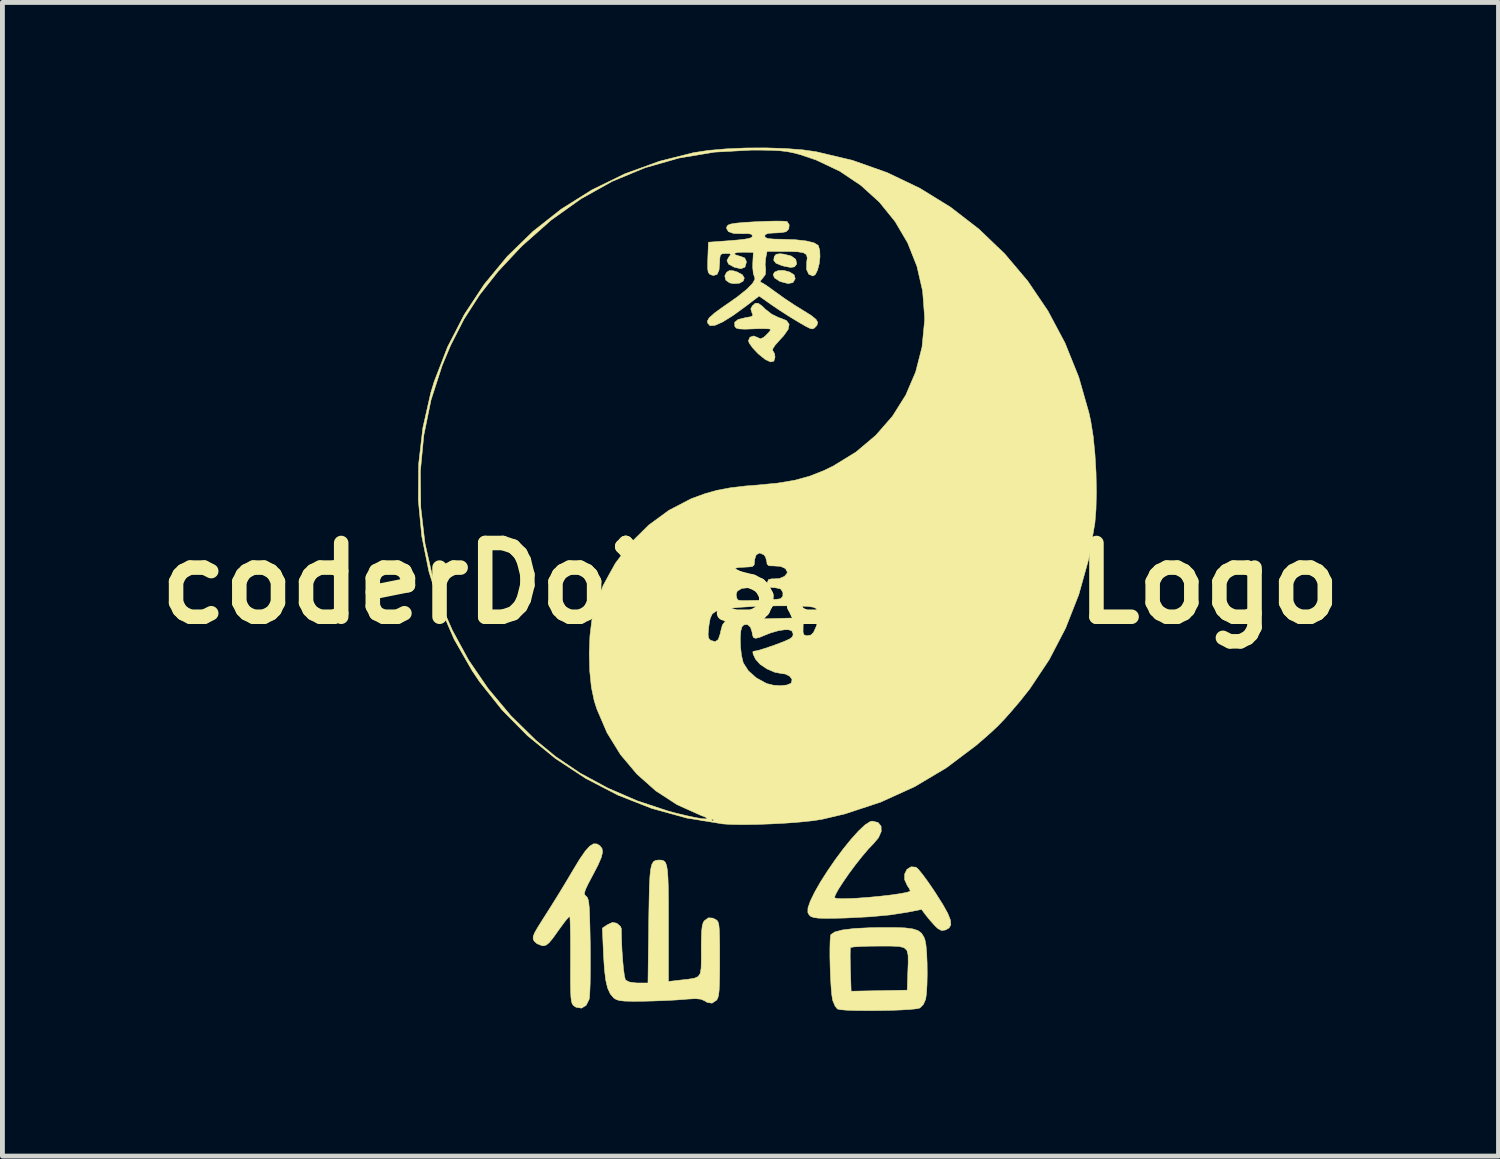
<source format=kicad_pcb>
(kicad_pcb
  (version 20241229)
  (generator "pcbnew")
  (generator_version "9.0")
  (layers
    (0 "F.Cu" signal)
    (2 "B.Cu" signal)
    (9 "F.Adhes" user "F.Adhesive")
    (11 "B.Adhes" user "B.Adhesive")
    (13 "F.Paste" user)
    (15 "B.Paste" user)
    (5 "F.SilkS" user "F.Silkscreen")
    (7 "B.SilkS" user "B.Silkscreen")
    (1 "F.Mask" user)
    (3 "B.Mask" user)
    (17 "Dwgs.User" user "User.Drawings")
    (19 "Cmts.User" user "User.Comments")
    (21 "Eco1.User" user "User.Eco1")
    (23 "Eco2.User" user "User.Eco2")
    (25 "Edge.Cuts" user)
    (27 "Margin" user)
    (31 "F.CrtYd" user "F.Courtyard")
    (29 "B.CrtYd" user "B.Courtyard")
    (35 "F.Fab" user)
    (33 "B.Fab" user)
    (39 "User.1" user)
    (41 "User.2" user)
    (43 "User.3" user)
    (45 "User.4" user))
  (footprint "coderDojoSendaiLogo"
    (layer "F.Cu")
    (at 12.453 9.002)
    (property "Reference" "coderDojoSendaiLogo" (at 0 0 0) (layer "F.SilkS") (effects (font (size 1.524 1.524) (thickness 0.3))))
    (attr through_hole)
    (fp_poly (pts (xy -0.358 -6.459) (xy -0.277 -6.435) (xy -0.166 -6.376) (xy -0.127 -6.308) (xy -0.149 -6.246) (xy -0.225 -6.202) (xy -0.343 -6.192) (xy -0.43 -6.208) (xy -0.509 -6.265) (xy -0.53 -6.352) (xy -0.493 -6.426) (xy -0.436 -6.462) (xy -0.358 -6.459)) (stroke (width 0.01) (type solid)) (fill yes) (layer "F.SilkS"))
    (fp_poly (pts (xy 0.811 -6.432) (xy 0.902 -6.374) (xy 0.924 -6.298) (xy 0.923 -6.291) (xy 0.878 -6.214) (xy 0.777 -6.194) (xy 0.627 -6.233) (xy 0.6 -6.244) (xy 0.499 -6.31) (xy 0.469 -6.376) (xy 0.499 -6.431) (xy 0.578 -6.464) (xy 0.692 -6.465) (xy 0.811 -6.432)) (stroke (width 0.01) (type solid)) (fill yes) (layer "F.SilkS"))
    (fp_poly (pts (xy 0.689 -6.802) (xy 0.845 -6.762) (xy 0.936 -6.695) (xy 0.955 -6.608) (xy 0.95 -6.59) (xy 0.909 -6.539) (xy 0.831 -6.527) (xy 0.698 -6.552) (xy 0.648 -6.566) (xy 0.528 -6.614) (xy 0.481 -6.673) (xy 0.493 -6.753) (xy 0.531 -6.799) (xy 0.61 -6.81) (xy 0.689 -6.802)) (stroke (width 0.01) (type solid)) (fill yes) (layer "F.SilkS"))
    (fp_poly (pts (xy 0.243 -5.728) (xy 0.31 -5.662) (xy 0.439 -5.562) (xy 0.585 -5.491) (xy 0.614 -5.482) (xy 0.745 -5.43) (xy 0.8 -5.354) (xy 0.781 -5.251) (xy 0.686 -5.116) (xy 0.613 -5.037) (xy 0.509 -4.92) (xy 0.458 -4.84) (xy 0.462 -4.807) (xy 0.498 -4.747) (xy 0.508 -4.675) (xy 0.484 -4.592) (xy 0.415 -4.575) (xy 0.307 -4.625) (xy 0.166 -4.739) (xy 0.149 -4.755) (xy 0.048 -4.863) (xy -0.021 -4.958) (xy -0.042 -5.011) (xy -0.01 -5.086) (xy 0.066 -5.112) (xy 0.15 -5.079) (xy 0.206 -5.052) (xy 0.269 -5.08) (xy 0.319 -5.123) (xy 0.39 -5.197) (xy 0.423 -5.246) (xy 0.423 -5.248) (xy 0.384 -5.258) (xy 0.28 -5.263) (xy 0.13 -5.261) (xy 0.064 -5.258) (xy -0.116 -5.252) (xy -0.228 -5.257) (xy -0.29 -5.273) (xy -0.32 -5.304) (xy -0.323 -5.312) (xy -0.325 -5.395) (xy -0.254 -5.452) (xy -0.106 -5.489) (xy -0.093 -5.491) (xy 0.014 -5.51) (xy 0.051 -5.535) (xy 0.037 -5.581) (xy 0.031 -5.59) (xy 0.007 -5.672) (xy 0.039 -5.733) (xy 0.099 -5.787) (xy 0.161 -5.787) (xy 0.243 -5.728)) (stroke (width 0.01) (type solid)) (fill yes) (layer "F.SilkS"))
    (fp_poly (pts (xy 2.981 7.109) (xy 3.197 7.117) (xy 3.354 7.138) (xy 3.461 7.172) (xy 3.533 7.226) (xy 3.581 7.301) (xy 3.605 7.362) (xy 3.626 7.47) (xy 3.641 7.639) (xy 3.65 7.847) (xy 3.652 8.069) (xy 3.648 8.284) (xy 3.637 8.467) (xy 3.62 8.59) (xy 3.572 8.7) (xy 3.5 8.772) (xy 3.429 8.788) (xy 3.291 8.802) (xy 3.102 8.813) (xy 2.881 8.821) (xy 2.642 8.825) (xy 2.404 8.826) (xy 2.184 8.824) (xy 1.998 8.818) (xy 1.863 8.807) (xy 1.798 8.793) (xy 1.749 8.733) (xy 1.704 8.627) (xy 1.697 8.603) (xy 1.681 8.502) (xy 1.667 8.346) (xy 1.655 8.152) (xy 1.647 7.94) (xy 1.642 7.728) (xy 1.642 7.696) (xy 2.06 7.696) (xy 2.063 7.861) (xy 2.066 7.991) (xy 2.08 8.425) (xy 3.239 8.403) (xy 3.251 8.043) (xy 3.259 7.83) (xy 3.257 7.68) (xy 3.233 7.582) (xy 3.174 7.526) (xy 3.069 7.5) (xy 2.904 7.493) (xy 2.669 7.493) (xy 2.648 7.493) (xy 2.438 7.495) (xy 2.261 7.501) (xy 2.133 7.51) (xy 2.07 7.522) (xy 2.066 7.525) (xy 2.062 7.578) (xy 2.06 7.696) (xy 1.642 7.696) (xy 1.642 7.535) (xy 1.646 7.379) (xy 1.655 7.279) (xy 1.662 7.255) (xy 1.742 7.201) (xy 1.904 7.159) (xy 2.149 7.129) (xy 2.476 7.113) (xy 2.692 7.109) (xy 2.981 7.109)) (stroke (width 0.01) (type solid)) (fill yes) (layer "F.SilkS"))
    (fp_poly (pts (xy -3.169 5.383) (xy -3.111 5.419) (xy -3.066 5.476) (xy -3.055 5.553) (xy -3.081 5.662) (xy -3.148 5.817) (xy -3.258 6.029) (xy -3.351 6.204) (xy -3.406 6.32) (xy -3.429 6.392) (xy -3.424 6.434) (xy -3.396 6.461) (xy -3.395 6.462) (xy -3.372 6.485) (xy -3.354 6.527) (xy -3.34 6.598) (xy -3.329 6.71) (xy -3.322 6.873) (xy -3.316 7.097) (xy -3.31 7.392) (xy -3.309 7.479) (xy -3.307 7.766) (xy -3.308 8.032) (xy -3.311 8.263) (xy -3.318 8.444) (xy -3.327 8.562) (xy -3.332 8.592) (xy -3.394 8.717) (xy -3.489 8.775) (xy -3.601 8.757) (xy -3.633 8.738) (xy -3.662 8.714) (xy -3.684 8.68) (xy -3.699 8.626) (xy -3.709 8.539) (xy -3.715 8.408) (xy -3.718 8.223) (xy -3.718 7.97) (xy -3.717 7.787) (xy -3.717 7.522) (xy -3.718 7.286) (xy -3.721 7.093) (xy -3.726 6.955) (xy -3.731 6.885) (xy -3.733 6.879) (xy -3.763 6.903) (xy -3.83 6.982) (xy -3.92 7.104) (xy -3.974 7.179) (xy -4.084 7.333) (xy -4.163 7.427) (xy -4.224 7.474) (xy -4.281 7.487) (xy -4.305 7.485) (xy -4.41 7.443) (xy -4.47 7.387) (xy -4.489 7.344) (xy -4.487 7.292) (xy -4.457 7.216) (xy -4.392 7.103) (xy -4.288 6.937) (xy -4.251 6.879) (xy -4.119 6.671) (xy -3.964 6.422) (xy -3.807 6.163) (xy -3.672 5.936) (xy -3.528 5.698) (xy -3.413 5.531) (xy -3.319 5.427) (xy -3.241 5.38) (xy -3.169 5.383)) (stroke (width 0.01) (type solid)) (fill yes) (layer "F.SilkS"))
    (fp_poly (pts (xy 2.636 4.939) (xy 2.699 5.016) (xy 2.702 5.126) (xy 2.645 5.255) (xy 2.547 5.371) (xy 2.437 5.486) (xy 2.308 5.638) (xy 2.17 5.812) (xy 2.035 5.994) (xy 1.914 6.169) (xy 1.816 6.321) (xy 1.754 6.435) (xy 1.736 6.492) (xy 1.776 6.508) (xy 1.891 6.514) (xy 2.07 6.51) (xy 2.191 6.504) (xy 2.449 6.485) (xy 2.697 6.461) (xy 2.919 6.435) (xy 3.102 6.408) (xy 3.233 6.383) (xy 3.298 6.36) (xy 3.302 6.353) (xy 3.279 6.3) (xy 3.24 6.242) (xy 3.185 6.121) (xy 3.186 6.003) (xy 3.234 5.907) (xy 3.319 5.855) (xy 3.42 5.863) (xy 3.468 5.906) (xy 3.552 6.008) (xy 3.659 6.153) (xy 3.781 6.33) (xy 3.823 6.394) (xy 3.976 6.636) (xy 4.078 6.82) (xy 4.132 6.956) (xy 4.14 7.052) (xy 4.104 7.118) (xy 4.029 7.16) (xy 3.948 7.172) (xy 3.872 7.131) (xy 3.817 7.079) (xy 3.715 6.966) (xy 3.623 6.853) (xy 3.619 6.848) (xy 3.535 6.735) (xy 3.239 6.794) (xy 2.886 6.849) (xy 2.459 6.888) (xy 1.965 6.913) (xy 1.799 6.917) (xy 1.569 6.92) (xy 1.408 6.916) (xy 1.303 6.902) (xy 1.239 6.876) (xy 1.202 6.833) (xy 1.186 6.799) (xy 1.188 6.706) (xy 1.238 6.561) (xy 1.328 6.377) (xy 1.449 6.165) (xy 1.593 5.939) (xy 1.752 5.708) (xy 1.917 5.486) (xy 2.08 5.285) (xy 2.233 5.115) (xy 2.366 4.99) (xy 2.473 4.921) (xy 2.515 4.911) (xy 2.636 4.939)) (stroke (width 0.01) (type solid)) (fill yes) (layer "F.SilkS"))
    (fp_poly (pts (xy -1.833 5.718) (xy -1.79 5.732) (xy -1.756 5.766) (xy -1.732 5.829) (xy -1.715 5.93) (xy -1.704 6.077) (xy -1.697 6.28) (xy -1.694 6.547) (xy -1.693 6.886) (xy -1.693 7.02) (xy -1.693 8.224) (xy -1.452 8.196) (xy -1.276 8.176) (xy -1.156 8.156) (xy -1.079 8.121) (xy -1.037 8.058) (xy -1.019 7.951) (xy -1.015 7.787) (xy -1.016 7.576) (xy -1.014 7.34) (xy -1.007 7.175) (xy -0.994 7.065) (xy -0.972 6.998) (xy -0.949 6.967) (xy -0.868 6.909) (xy -0.782 6.914) (xy -0.717 6.944) (xy -0.688 6.965) (xy -0.667 6.999) (xy -0.652 7.06) (xy -0.643 7.158) (xy -0.638 7.306) (xy -0.635 7.516) (xy -0.635 7.767) (xy -0.636 8.05) (xy -0.64 8.261) (xy -0.647 8.411) (xy -0.659 8.511) (xy -0.677 8.574) (xy -0.701 8.611) (xy -0.702 8.612) (xy -0.793 8.672) (xy -0.891 8.657) (xy -0.954 8.62) (xy -1.025 8.59) (xy -1.134 8.579) (xy -1.302 8.588) (xy -1.355 8.593) (xy -1.528 8.606) (xy -1.755 8.618) (xy -2.003 8.627) (xy -2.205 8.632) (xy -2.433 8.633) (xy -2.592 8.63) (xy -2.699 8.619) (xy -2.769 8.599) (xy -2.818 8.569) (xy -2.825 8.564) (xy -2.896 8.48) (xy -2.95 8.362) (xy -2.989 8.198) (xy -3.016 7.975) (xy -3.035 7.681) (xy -3.036 7.656) (xy -3.059 7.121) (xy -2.951 7.05) (xy -2.853 7.004) (xy -2.77 7.018) (xy -2.755 7.026) (xy -2.686 7.085) (xy -2.667 7.132) (xy -2.663 7.349) (xy -2.654 7.573) (xy -2.639 7.787) (xy -2.622 7.973) (xy -2.602 8.113) (xy -2.583 8.189) (xy -2.579 8.195) (xy -2.501 8.235) (xy -2.362 8.254) (xy -2.323 8.255) (xy -2.117 8.255) (xy -2.114 8.054) (xy -2.113 7.954) (xy -2.111 7.785) (xy -2.108 7.56) (xy -2.104 7.296) (xy -2.101 7.007) (xy -2.099 6.848) (xy -2.093 6.509) (xy -2.087 6.244) (xy -2.076 6.046) (xy -2.061 5.905) (xy -2.038 5.81) (xy -2.007 5.753) (xy -1.965 5.725) (xy -1.911 5.716) (xy -1.887 5.715) (xy -1.833 5.718)) (stroke (width 0.01) (type solid)) (fill yes) (layer "F.SilkS"))
    (fp_poly (pts (xy 0.671 -7.483) (xy 0.75 -7.477) (xy 0.759 -7.474) (xy 0.801 -7.407) (xy 0.792 -7.322) (xy 0.737 -7.265) (xy 0.655 -7.249) (xy 0.529 -7.24) (xy 0.483 -7.239) (xy 0.359 -7.23) (xy 0.303 -7.201) (xy 0.296 -7.176) (xy 0.312 -7.143) (xy 0.37 -7.123) (xy 0.484 -7.113) (xy 0.646 -7.11) (xy 0.925 -7.1) (xy 1.15 -7.075) (xy 1.31 -7.037) (xy 1.396 -6.986) (xy 1.402 -6.979) (xy 1.432 -6.882) (xy 1.437 -6.749) (xy 1.421 -6.605) (xy 1.387 -6.474) (xy 1.341 -6.381) (xy 1.292 -6.35) (xy 1.206 -6.386) (xy 1.16 -6.484) (xy 1.162 -6.626) (xy 1.162 -6.631) (xy 1.174 -6.727) (xy 1.156 -6.792) (xy 1.096 -6.83) (xy 0.982 -6.85) (xy 0.801 -6.857) (xy 0.711 -6.857) (xy 0.343 -6.858) (xy 0.315 -6.714) (xy 0.304 -6.588) (xy 0.315 -6.485) (xy 0.316 -6.483) (xy 0.307 -6.378) (xy 0.256 -6.31) (xy 0.207 -6.249) (xy 0.208 -6.223) (xy 0.209 -6.223) (xy 0.26 -6.199) (xy 0.358 -6.135) (xy 0.484 -6.044) (xy 0.516 -6.021) (xy 0.693 -5.894) (xy 0.899 -5.756) (xy 1.09 -5.638) (xy 1.257 -5.534) (xy 1.355 -5.454) (xy 1.391 -5.39) (xy 1.373 -5.331) (xy 1.346 -5.3) (xy 1.311 -5.268) (xy 1.275 -5.257) (xy 1.221 -5.272) (xy 1.131 -5.318) (xy 0.986 -5.402) (xy 0.973 -5.41) (xy 0.786 -5.524) (xy 0.582 -5.656) (xy 0.439 -5.753) (xy 0.179 -5.936) (xy -0.09 -5.73) (xy -0.36 -5.534) (xy -0.574 -5.401) (xy -0.732 -5.331) (xy -0.836 -5.324) (xy -0.885 -5.38) (xy -0.889 -5.421) (xy -0.852 -5.486) (xy -0.742 -5.585) (xy -0.565 -5.713) (xy -0.54 -5.73) (xy -0.274 -5.916) (xy -0.079 -6.072) (xy 0.044 -6.196) (xy 0.094 -6.287) (xy 0.084 -6.33) (xy 0.059 -6.403) (xy 0.047 -6.528) (xy 0.048 -6.612) (xy 0.06 -6.837) (xy -0.14 -6.842) (xy -0.27 -6.837) (xy -0.331 -6.818) (xy -0.318 -6.791) (xy -0.226 -6.761) (xy -0.212 -6.759) (xy -0.118 -6.723) (xy -0.086 -6.656) (xy -0.085 -6.631) (xy -0.113 -6.534) (xy -0.196 -6.5) (xy -0.334 -6.531) (xy -0.334 -6.531) (xy -0.452 -6.596) (xy -0.485 -6.671) (xy -0.44 -6.751) (xy -0.404 -6.796) (xy -0.431 -6.813) (xy -0.505 -6.816) (xy -0.587 -6.81) (xy -0.624 -6.777) (xy -0.635 -6.692) (xy -0.636 -6.636) (xy -0.649 -6.472) (xy -0.689 -6.383) (xy -0.762 -6.361) (xy -0.801 -6.37) (xy -0.847 -6.391) (xy -0.873 -6.431) (xy -0.884 -6.509) (xy -0.883 -6.645) (xy -0.88 -6.724) (xy -0.868 -7.048) (xy -0.72 -7.059) (xy -0.444 -7.079) (xy -0.243 -7.096) (xy -0.104 -7.113) (xy -0.018 -7.13) (xy 0.027 -7.15) (xy 0.042 -7.174) (xy 0.042 -7.178) (xy 0.02 -7.214) (xy -0.059 -7.227) (xy -0.171 -7.224) (xy -0.345 -7.229) (xy -0.455 -7.267) (xy -0.494 -7.334) (xy -0.486 -7.373) (xy -0.462 -7.402) (xy -0.405 -7.424) (xy -0.303 -7.441) (xy -0.143 -7.456) (xy 0.087 -7.47) (xy 0.126 -7.472) (xy 0.343 -7.481) (xy 0.53 -7.485) (xy 0.671 -7.483)) (stroke (width 0.01) (type solid)) (fill yes) (layer "F.SilkS"))
    (fp_poly (pts (xy 0.721 -8.984) (xy 1.085 -8.956) (xy 1.355 -8.918) (xy 2.107 -8.74) (xy 2.823 -8.487) (xy 3.5 -8.163) (xy 4.133 -7.773) (xy 4.718 -7.321) (xy 5.252 -6.81) (xy 5.729 -6.245) (xy 6.146 -5.629) (xy 6.498 -4.968) (xy 6.782 -4.264) (xy 6.994 -3.521) (xy 7.032 -3.344) (xy 7.081 -3.036) (xy 7.117 -2.673) (xy 7.14 -2.281) (xy 7.147 -1.891) (xy 7.139 -1.529) (xy 7.116 -1.245) (xy 6.986 -0.494) (xy 6.783 0.232) (xy 6.511 0.925) (xy 6.172 1.576) (xy 5.772 2.177) (xy 5.565 2.438) (xy 5.387 2.647) (xy 5.241 2.811) (xy 5.107 2.95) (xy 4.962 3.086) (xy 4.787 3.24) (xy 4.657 3.351) (xy 4.046 3.811) (xy 3.39 4.201) (xy 2.692 4.518) (xy 1.956 4.761) (xy 1.482 4.873) (xy 1.291 4.903) (xy 1.038 4.929) (xy 0.743 4.952) (xy 0.429 4.969) (xy 0.116 4.98) (xy -0.174 4.984) (xy -0.42 4.979) (xy -0.572 4.969) (xy -1.059 4.889) (xy -0.804 4.889) (xy -0.783 4.911) (xy -0.762 4.889) (xy -0.783 4.868) (xy -0.804 4.889) (xy -1.059 4.889) (xy -1.315 4.848) (xy -2.04 4.648) (xy -2.738 4.374) (xy -3.403 4.029) (xy -4.028 3.618) (xy -4.607 3.145) (xy -5.131 2.615) (xy -5.596 2.03) (xy -5.747 1.807) (xy -6.12 1.156) (xy -6.418 0.47) (xy -6.642 -0.243) (xy -6.79 -0.976) (xy -6.861 -1.72) (xy -6.856 -2.314) (xy -6.819 -2.314) (xy -6.81 -1.567) (xy -6.723 -0.825) (xy -6.557 -0.095) (xy -6.313 0.614) (xy -6.159 0.966) (xy -5.824 1.582) (xy -5.417 2.176) (xy -4.948 2.735) (xy -4.431 3.243) (xy -4.026 3.577) (xy -3.517 3.92) (xy -2.948 4.228) (xy -2.338 4.492) (xy -1.707 4.701) (xy -1.545 4.745) (xy -1.324 4.798) (xy -1.141 4.837) (xy -1.002 4.86) (xy -0.917 4.866) (xy -0.891 4.856) (xy -0.933 4.828) (xy -1.037 4.787) (xy -1.515 4.572) (xy -1.954 4.287) (xy -2.346 3.939) (xy -2.685 3.536) (xy -2.963 3.085) (xy -3.174 2.593) (xy -3.227 2.426) (xy -3.286 2.144) (xy -3.32 1.809) (xy -3.33 1.449) (xy -3.316 1.091) (xy -3.312 1.053) (xy -0.875 1.053) (xy -0.865 1.13) (xy -0.827 1.173) (xy -0.819 1.178) (xy -0.727 1.204) (xy -0.664 1.159) (xy -0.655 1.132) (xy -0.21 1.132) (xy -0.205 1.305) (xy -0.187 1.476) (xy -0.155 1.617) (xy -0.145 1.647) (xy -0.042 1.807) (xy 0.123 1.953) (xy 0.327 2.065) (xy 0.339 2.07) (xy 0.472 2.103) (xy 0.62 2.113) (xy 0.752 2.099) (xy 0.837 2.064) (xy 0.843 2.058) (xy 0.86 1.986) (xy 0.812 1.918) (xy 0.719 1.872) (xy 0.645 1.863) (xy 0.5 1.835) (xy 0.34 1.766) (xy 0.199 1.671) (xy 0.108 1.569) (xy 0.105 1.564) (xy 0.056 1.461) (xy 0.049 1.412) (xy 0.084 1.397) (xy 0.102 1.397) (xy 0.166 1.383) (xy 0.288 1.346) (xy 0.446 1.293) (xy 0.527 1.264) (xy 0.702 1.197) (xy 0.81 1.148) (xy 0.865 1.106) (xy 0.882 1.062) (xy 0.881 1.041) (xy 0.856 0.982) (xy 0.791 0.958) (xy 0.711 0.957) (xy 0.578 0.977) (xy 0.418 1.023) (xy 0.343 1.052) (xy 0.195 1.113) (xy 0.106 1.135) (xy 0.06 1.116) (xy 0.04 1.053) (xy 0.034 1.006) (xy 0.000051 0.903) (xy -0.064 0.849) (xy -0.136 0.857) (xy -0.174 0.895) (xy -0.2 0.986) (xy -0.21 1.132) (xy -0.655 1.132) (xy -0.623 1.037) (xy -0.616 0.996) (xy -0.579 0.859) (xy -0.524 0.785) (xy -0.517 0.782) (xy -0.452 0.771) (xy -0.319 0.759) (xy -0.13 0.748) (xy 0.098 0.738) (xy 0.326 0.73) (xy 1.097 0.709) (xy 1.088 0.894) (xy 1.087 1.009) (xy 1.106 1.063) (xy 1.157 1.079) (xy 1.184 1.079) (xy 1.253 1.065) (xy 1.305 1.01) (xy 1.357 0.894) (xy 1.365 0.873) (xy 1.414 0.699) (xy 1.409 0.581) (xy 1.346 0.511) (xy 1.29 0.49) (xy 1.184 0.476) (xy 1.013 0.467) (xy 0.794 0.464) (xy 0.546 0.464) (xy 0.287 0.469) (xy 0.035 0.479) (xy -0.19 0.492) (xy -0.371 0.509) (xy -0.403 0.513) (xy -0.593 0.542) (xy -0.716 0.577) (xy -0.79 0.632) (xy -0.831 0.721) (xy -0.856 0.861) (xy -0.863 0.918) (xy -0.875 1.053) (xy -3.312 1.053) (xy -3.277 0.763) (xy -3.227 0.538) (xy -3.042 0.042) (xy -2.912 -0.196) (xy -0.415 -0.196) (xy -0.397 -0.144) (xy -0.346 -0.114) (xy -0.243 -0.099) (xy -0.159 -0.093) (xy -0.02 -0.082) (xy 0.054 -0.062) (xy 0.082 -0.025) (xy 0.085 0.002) (xy 0.056 0.07) (xy -0.011 0.085) (xy -0.179 0.104) (xy -0.273 0.16) (xy -0.296 0.234) (xy -0.278 0.317) (xy -0.248 0.348) (xy -0.184 0.354) (xy -0.06 0.354) (xy 0.1 0.351) (xy 0.273 0.345) (xy 0.434 0.336) (xy 0.56 0.326) (xy 0.624 0.316) (xy 0.67 0.266) (xy 0.671 0.187) (xy 0.63 0.121) (xy 0.61 0.11) (xy 0.515 0.09) (xy 0.438 0.085) (xy 0.361 0.07) (xy 0.344 0.011) (xy 0.346 -0.011) (xy 0.374 -0.08) (xy 0.447 -0.095) (xy 0.474 -0.093) (xy 0.599 -0.101) (xy 0.704 -0.145) (xy 0.759 -0.213) (xy 0.762 -0.233) (xy 0.724 -0.306) (xy 0.622 -0.352) (xy 0.476 -0.361) (xy 0.381 -0.364) (xy 0.343 -0.4) (xy 0.339 -0.446) (xy 0.312 -0.545) (xy 0.276 -0.592) (xy 0.188 -0.628) (xy 0.119 -0.59) (xy 0.086 -0.49) (xy 0.085 -0.467) (xy 0.077 -0.383) (xy 0.039 -0.347) (xy -0.056 -0.338) (xy -0.074 -0.338) (xy -0.26 -0.327) (xy -0.371 -0.293) (xy -0.415 -0.233) (xy -0.415 -0.196) (xy -2.912 -0.196) (xy -2.788 -0.419) (xy -2.473 -0.837) (xy -2.103 -1.203) (xy -1.687 -1.508) (xy -1.234 -1.744) (xy -1.195 -1.76) (xy -0.94 -1.853) (xy -0.691 -1.923) (xy -0.421 -1.974) (xy -0.107 -2.012) (xy 0.148 -2.032) (xy 0.558 -2.071) (xy 0.906 -2.129) (xy 1.217 -2.213) (xy 1.511 -2.328) (xy 1.711 -2.425) (xy 2.181 -2.714) (xy 2.59 -3.059) (xy 2.934 -3.453) (xy 3.21 -3.892) (xy 3.414 -4.37) (xy 3.545 -4.882) (xy 3.597 -5.421) (xy 3.598 -5.503) (xy 3.557 -6.041) (xy 3.439 -6.553) (xy 3.248 -7.034) (xy 2.988 -7.476) (xy 2.665 -7.875) (xy 2.281 -8.223) (xy 1.844 -8.516) (xy 1.356 -8.747) (xy 1.034 -8.856) (xy 0.89 -8.894) (xy 0.754 -8.921) (xy 0.606 -8.938) (xy 0.426 -8.947) (xy 0.194 -8.951) (xy 0.021 -8.951) (xy -0.741 -8.909) (xy -1.475 -8.787) (xy -2.179 -8.586) (xy -2.854 -8.306) (xy -3.499 -7.946) (xy -4.115 -7.507) (xy -4.701 -6.988) (xy -4.766 -6.924) (xy -5.217 -6.441) (xy -5.597 -5.958) (xy -5.919 -5.456) (xy -6.193 -4.919) (xy -6.369 -4.499) (xy -6.599 -3.788) (xy -6.748 -3.057) (xy -6.819 -2.314) (xy -6.856 -2.314) (xy -6.854 -2.468) (xy -6.768 -3.211) (xy -6.603 -3.941) (xy -6.533 -4.17) (xy -6.257 -4.884) (xy -5.911 -5.555) (xy -5.499 -6.179) (xy -5.025 -6.753) (xy -4.493 -7.271) (xy -3.909 -7.731) (xy -3.275 -8.129) (xy -2.597 -8.46) (xy -1.879 -8.721) (xy -1.175 -8.898) (xy -0.866 -8.945) (xy -0.498 -8.977) (xy -0.095 -8.995) (xy 0.32 -8.997) (xy 0.721 -8.984)) (stroke (width 0.01) (type solid)) (fill yes) (layer "F.SilkS")))
  (gr_rect
    (start -3 -3)
    (end 27.907 20.833)
    (stroke (width 0.1) (type default))
    (fill no)
    (layer "Edge.Cuts")))
</source>
